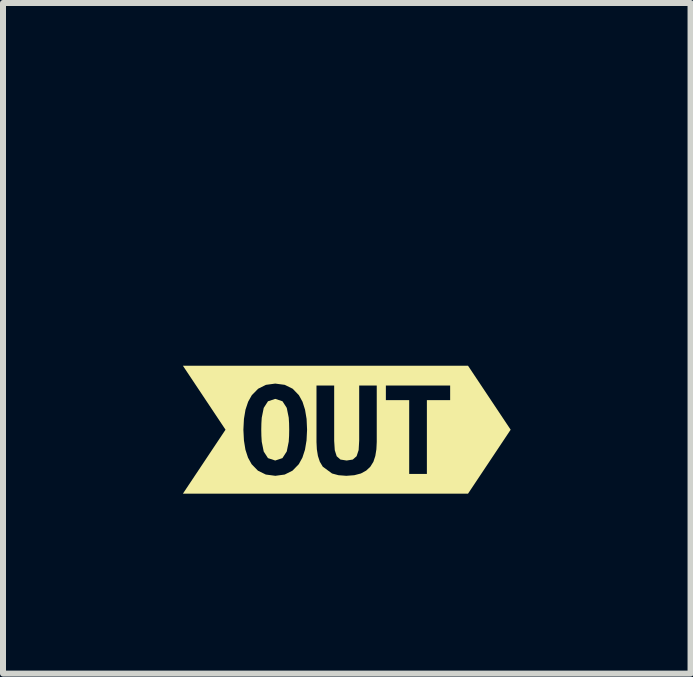
<source format=kicad_pcb>
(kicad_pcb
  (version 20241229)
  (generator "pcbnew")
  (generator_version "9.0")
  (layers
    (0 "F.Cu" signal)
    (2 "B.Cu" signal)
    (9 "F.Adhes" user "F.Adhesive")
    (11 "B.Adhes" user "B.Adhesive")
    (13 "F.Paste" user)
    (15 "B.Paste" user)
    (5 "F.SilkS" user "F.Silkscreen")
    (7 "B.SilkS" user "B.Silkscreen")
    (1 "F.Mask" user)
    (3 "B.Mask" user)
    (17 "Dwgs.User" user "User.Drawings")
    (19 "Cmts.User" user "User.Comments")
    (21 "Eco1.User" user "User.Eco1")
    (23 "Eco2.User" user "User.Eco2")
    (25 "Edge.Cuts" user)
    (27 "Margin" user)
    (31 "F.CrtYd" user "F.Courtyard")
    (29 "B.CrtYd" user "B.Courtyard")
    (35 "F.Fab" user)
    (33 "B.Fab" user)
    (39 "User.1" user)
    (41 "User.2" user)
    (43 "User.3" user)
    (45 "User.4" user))
  (footprint "kibuzzard-6461CA59"
    (layer "F.Cu")
    (at 2.733 4.116)
    (property "Reference" "kibuzzard-6461CA59" (at 0 -4.115 180) (layer "F.SilkS") (effects (font (size 0.001 0.001) (thickness 0.15))))
    (attr board_only exclude_from_pos_files exclude_from_bom)
    (fp_poly (pts (xy -1.426 0) (xy -1.424 0.104) (xy -1.418 0.201) (xy -1.385 0.364) (xy -1.314 0.474) (xy -1.193 0.514) (xy -1.073 0.474) (xy -1.001 0.363) (xy -0.968 0.2) (xy -0.962 0.104) (xy -0.96 0) (xy -0.962 -0.104) (xy -0.968 -0.201) (xy -1.001 -0.364) (xy -1.072 -0.474) (xy -1.193 -0.514) (xy -1.314 -0.474) (xy -1.385 -0.363) (xy -1.418 -0.2) (xy -1.424 -0.104) (xy -1.426 0)) (stroke (width 0) (type solid)) (fill yes) (layer "F.SilkS"))
    (fp_poly (pts (xy -1.724 -1.067) (xy -2.022 -1.067) (xy -2.733 -1.067) (xy -2.022 0) (xy -2.733 1.067) (xy -2.022 1.067) (xy -1.724 1.067) (xy -1.191 1.067) (xy -1.191 0.769) (xy -1.35 0.748) (xy -1.482 0.683) (xy -1.587 0.575) (xy -1.647 0.466) (xy -1.69 0.334) (xy -1.715 0.179) (xy -1.724 0) (xy -1.715 -0.179) (xy -1.689 -0.334) (xy -1.645 -0.466) (xy -1.584 -0.575) (xy -1.478 -0.683) (xy -1.348 -0.748) (xy -1.193 -0.769) (xy -1.034 -0.748) (xy -0.902 -0.683) (xy -0.798 -0.575) (xy -0.738 -0.466) (xy -0.696 -0.334) (xy -0.67 -0.179) (xy -0.662 0) (xy -0.671 0.179) (xy -0.697 0.334) (xy -0.74 0.466) (xy -0.8 0.575) (xy -0.905 0.683) (xy -1.035 0.748) (xy -1.191 0.769) (xy -1.191 1.067) (xy -0.007 1.067) (xy -0.007 0.769) (xy -0.138 0.759) (xy -0.246 0.73) (xy -0.4 0.617) (xy -0.449 0.535) (xy -0.481 0.438) (xy -0.499 0.327) (xy -0.505 0.205) (xy -0.505 -0.736) (xy -0.21 -0.736) (xy -0.21 0.186) (xy -0.2 0.342) (xy -0.168 0.443) (xy -0.105 0.498) (xy -0.002 0.514) (xy 0.1 0.498) (xy 0.164 0.442) (xy 0.198 0.339) (xy 0.207 0.183) (xy 0.207 -0.736) (xy 0.5 -0.736) (xy 0.5 0.205) (xy 0.494 0.327) (xy 0.476 0.438) (xy 0.444 0.535) (xy 0.393 0.617) (xy 0.324 0.682) (xy 0.236 0.73) (xy 0.126 0.759) (xy -0.007 0.769) (xy -0.007 1.067) (xy 1.336 1.067) (xy 1.336 0.738) (xy 1.041 0.738) (xy 1.041 -0.493) (xy 0.652 -0.493) (xy 0.652 -0.736) (xy 1.724 -0.736) (xy 1.724 -0.493) (xy 1.336 -0.493) (xy 1.336 0.738) (xy 1.336 1.067) (xy 1.724 1.067) (xy 2.022 1.067) (xy 2.733 0) (xy 2.022 -1.067) (xy 1.724 -1.067) (xy -1.724 -1.067)) (stroke (width 0) (type solid)) (fill yes) (layer "F.SilkS")))
  (gr_rect
    (start -3 -3)
    (end 8.466 8.183)
    (stroke (width 0.1) (type default))
    (fill no)
    (layer "Edge.Cuts")))
</source>
